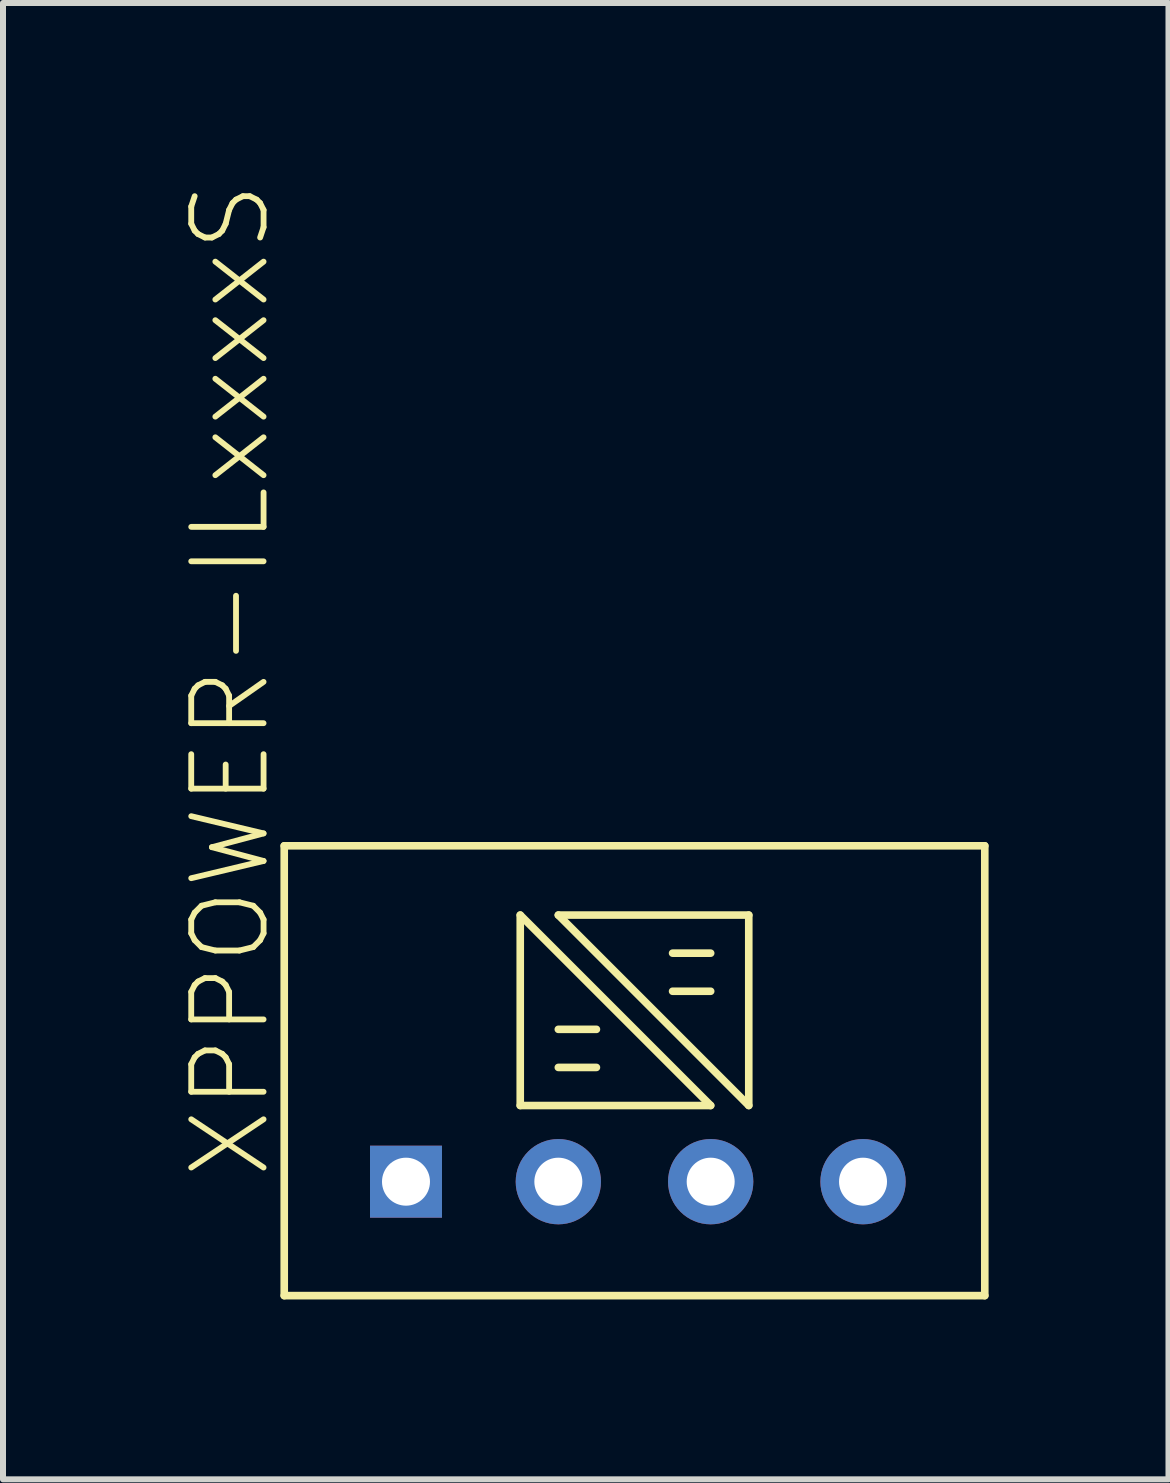
<source format=kicad_pcb>
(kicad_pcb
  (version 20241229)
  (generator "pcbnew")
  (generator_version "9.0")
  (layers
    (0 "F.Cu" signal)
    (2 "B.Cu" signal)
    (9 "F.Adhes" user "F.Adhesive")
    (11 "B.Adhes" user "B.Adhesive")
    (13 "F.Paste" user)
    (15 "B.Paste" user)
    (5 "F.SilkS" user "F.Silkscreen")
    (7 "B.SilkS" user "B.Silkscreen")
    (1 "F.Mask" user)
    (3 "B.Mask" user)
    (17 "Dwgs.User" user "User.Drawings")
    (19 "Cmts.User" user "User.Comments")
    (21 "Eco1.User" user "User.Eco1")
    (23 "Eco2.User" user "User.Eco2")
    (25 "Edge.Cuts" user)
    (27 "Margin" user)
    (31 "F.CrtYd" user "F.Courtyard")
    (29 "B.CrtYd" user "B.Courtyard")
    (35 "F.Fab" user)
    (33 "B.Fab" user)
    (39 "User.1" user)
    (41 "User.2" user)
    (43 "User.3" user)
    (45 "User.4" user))
  (footprint "XPPOWER-ILxxxxS"
    (layer "F.Cu")
    (at 7.529 16.652)
    (property "Reference" "XPPOWER-ILxxxxS" (at -6.032 0 270) (layer "F.SilkS") (effects (font (size 1.206 1.206) (thickness 0.097)) (justify left bottom)))
    (attr through_hole)
    (fp_line (start -5.84 -5.6) (end -5.84 1.9) (stroke (width 0.127) (type solid)) (layer "F.SilkS"))
    (fp_line (start -5.84 1.9) (end 5.84 1.9) (stroke (width 0.127) (type solid)) (layer "F.SilkS"))
    (fp_line (start -1.905 -4.445) (end -1.905 -1.27) (stroke (width 0.127) (type solid)) (layer "F.SilkS"))
    (fp_line (start -1.905 -1.27) (end 1.27 -1.27) (stroke (width 0.127) (type solid)) (layer "F.SilkS"))
    (fp_line (start -1.27 -4.445) (end 1.905 -1.27) (stroke (width 0.127) (type solid)) (layer "F.SilkS"))
    (fp_line (start -1.27 -2.54) (end -0.635 -2.54) (stroke (width 0.127) (type solid)) (layer "F.SilkS"))
    (fp_line (start -1.27 -1.905) (end -0.635 -1.905) (stroke (width 0.127) (type solid)) (layer "F.SilkS"))
    (fp_line (start 0.635 -3.81) (end 1.27 -3.81) (stroke (width 0.127) (type solid)) (layer "F.SilkS"))
    (fp_line (start 0.635 -3.175) (end 1.27 -3.175) (stroke (width 0.127) (type solid)) (layer "F.SilkS"))
    (fp_line (start 1.27 -1.27) (end -1.905 -4.445) (stroke (width 0.127) (type solid)) (layer "F.SilkS"))
    (fp_line (start 1.905 -4.445) (end -1.27 -4.445) (stroke (width 0.127) (type solid)) (layer "F.SilkS"))
    (fp_line (start 1.905 -1.27) (end 1.905 -4.445) (stroke (width 0.127) (type solid)) (layer "F.SilkS"))
    (fp_line (start 5.84 -5.6) (end -5.84 -5.6) (stroke (width 0.127) (type solid)) (layer "F.SilkS"))
    (fp_line (start 5.84 1.9) (end 5.84 -5.6) (stroke (width 0.127) (type solid)) (layer "F.SilkS"))
    (pad "1" thru_hole rect (at -3.81 0) (size 1.2 1.2) (drill 0.8) (layers "*.Cu" "*.Mask"))
    (pad "2" thru_hole circle (at -1.27 0 90) (size 1.422 1.422) (drill 0.8) (layers "*.Cu" "*.Mask"))
    (pad "3" thru_hole circle (at 1.27 0 90) (size 1.422 1.422) (drill 0.8) (layers "*.Cu" "*.Mask"))
    (pad "4" thru_hole circle (at 3.81 0 90) (size 1.422 1.422) (drill 0.8) (layers "*.Cu" "*.Mask")))
  (gr_rect
    (start -3 -3)
    (end 16.432 21.615)
    (stroke (width 0.1) (type default))
    (fill no)
    (layer "Edge.Cuts")))
</source>
